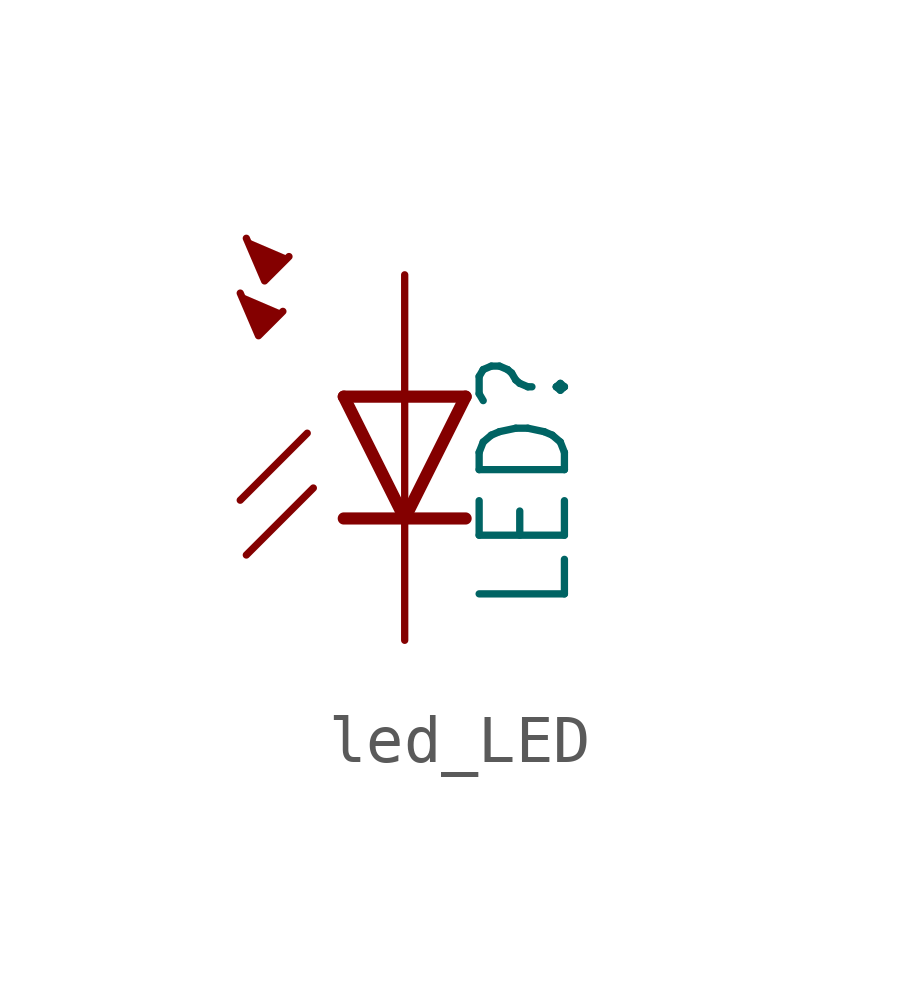
<source format=kicad_sym>
(kicad_symbol_lib
  (version 20241209)
  (generator "kicad_symbol_editor")
  (generator_version "9.0")
  (symbol "led_LED"
    (property "Reference" "LED"
      (at 3.556 -4.572 90)
      (effects (font (size 1.778 1.511)) (justify left bottom)))
    (property "Value" ""
      (at 5.715 -4.572 90)
      (effects (font (size 1.778 1.511)) (justify left bottom)))
    (property "ki_locked" ""
      (at 0 0 0)
      (effects (font (size 1.27 1.27))))
    (symbol "led_LED_1_0"
      (polyline (pts (xy -3.429 2.159) (xy -3.048 1.27) (xy -2.54 1.778)) (stroke (width 0.152) (type solid)) (fill (type outline)))
      (polyline (pts (xy -3.302 3.302) (xy -2.921 2.413) (xy -2.413 2.921)) (stroke (width 0.152) (type solid)) (fill (type outline)))
      (polyline (pts (xy -2.032 -0.762) (xy -3.429 -2.159)) (stroke (width 0.152) (type solid)) (fill (type none)))
      (polyline (pts (xy -1.905 -1.905) (xy -3.302 -3.302)) (stroke (width 0.152) (type solid)) (fill (type none)))
      (polyline (pts (xy 0 0) (xy -1.27 0)) (stroke (width 0.254) (type solid)) (fill (type none)))
      (polyline (pts (xy 0 0) (xy 0 -2.54)) (stroke (width 0.152) (type solid)) (fill (type none)))
      (polyline (pts (xy 0 -2.54) (xy -1.27 0)) (stroke (width 0.254) (type solid)) (fill (type none)))
      (polyline (pts (xy 0 -2.54) (xy -1.27 -2.54)) (stroke (width 0.254) (type solid)) (fill (type none)))
      (polyline (pts (xy 1.27 0) (xy 0 0)) (stroke (width 0.254) (type solid)) (fill (type none)))
      (polyline (pts (xy 1.27 0) (xy 0 -2.54)) (stroke (width 0.254) (type solid)) (fill (type none)))
      (polyline (pts (xy 1.27 -2.54) (xy 0 -2.54)) (stroke (width 0.254) (type solid)) (fill (type none)))
      (pin passive line (at 0 2.54 270) (length 2.54) (name "A" (effects (font (size 0 0)))) (number "A@1" (effects (font (size 0 0)))))
      (pin passive line (at 0 -5.08 90) (length 2.54) (name "C" (effects (font (size 0 0)))) (number "C@1" (effects (font (size 0 0))))))))
</source>
